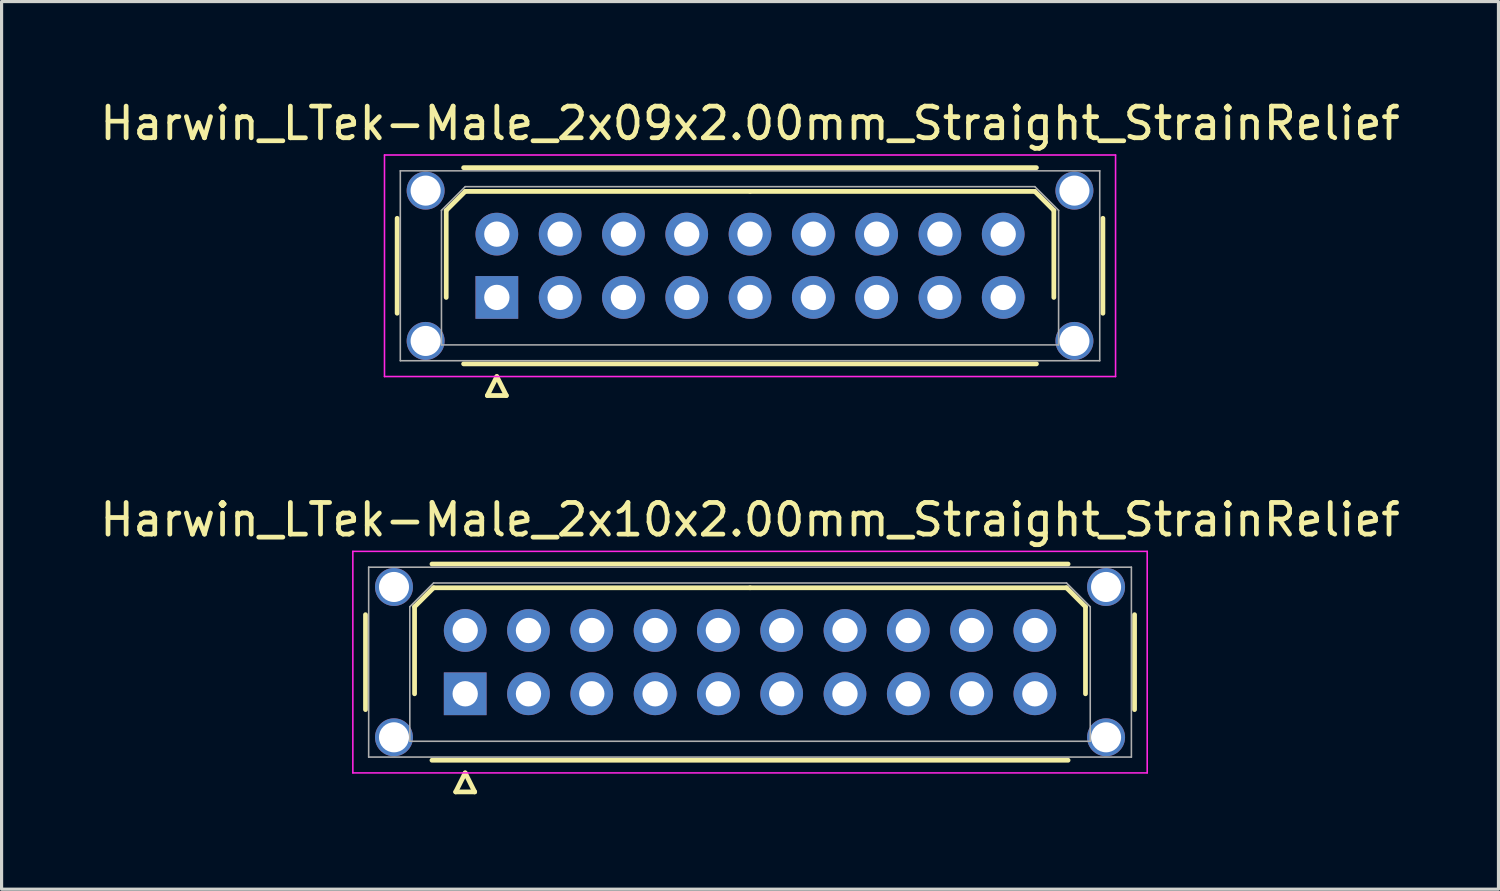
<source format=kicad_pcb>
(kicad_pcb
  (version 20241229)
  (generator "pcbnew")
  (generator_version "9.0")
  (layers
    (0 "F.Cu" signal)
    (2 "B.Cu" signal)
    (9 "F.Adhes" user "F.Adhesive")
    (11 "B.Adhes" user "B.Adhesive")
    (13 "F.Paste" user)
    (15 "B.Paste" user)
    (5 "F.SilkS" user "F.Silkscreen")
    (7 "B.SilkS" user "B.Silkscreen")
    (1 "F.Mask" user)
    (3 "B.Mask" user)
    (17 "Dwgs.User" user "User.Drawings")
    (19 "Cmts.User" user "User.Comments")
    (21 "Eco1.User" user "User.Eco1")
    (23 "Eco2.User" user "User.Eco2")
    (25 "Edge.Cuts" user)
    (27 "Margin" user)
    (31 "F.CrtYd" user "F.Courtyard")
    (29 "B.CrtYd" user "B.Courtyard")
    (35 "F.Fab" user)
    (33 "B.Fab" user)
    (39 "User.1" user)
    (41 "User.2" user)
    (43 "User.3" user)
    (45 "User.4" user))
  (footprint "Harwin_LTek-Male_2x09x2.00mm_Straight_StrainRelief"
    (layer "F.Cu")
    (at 12.649 6.348)
    (property "Reference" "Harwin_LTek-Male_2x09x2.00mm_Straight_StrainRelief" (at 8 -5.5 0) (layer "F.SilkS") (effects (font (size 1 1) (thickness 0.15))))
    (attr through_hole)
    (fp_line (start -3.15 -2.5) (end -3.15 0.5) (stroke (width 0.15) (type solid)) (layer "F.SilkS"))
    (fp_line (start -1.6 -2.75) (end -1 -3.35) (stroke (width 0.15) (type solid)) (layer "F.SilkS"))
    (fp_line (start -1.6 0) (end -1.6 -2.75) (stroke (width 0.15) (type solid)) (layer "F.SilkS"))
    (fp_line (start -1.05 -4.1) (end 17.05 -4.1) (stroke (width 0.15) (type solid)) (layer "F.SilkS"))
    (fp_line (start -1.05 2.1) (end 17.05 2.1) (stroke (width 0.15) (type solid)) (layer "F.SilkS"))
    (fp_line (start -1 -3.35) (end 8 -3.35) (stroke (width 0.15) (type solid)) (layer "F.SilkS"))
    (fp_line (start -0.3 3.1) (end 0.3 3.1) (stroke (width 0.15) (type solid)) (layer "F.SilkS"))
    (fp_line (start 0 2.5) (end -0.3 3.1) (stroke (width 0.15) (type solid)) (layer "F.SilkS"))
    (fp_line (start 0.3 3.1) (end 0 2.5) (stroke (width 0.15) (type solid)) (layer "F.SilkS"))
    (fp_line (start 17 -3.35) (end 8 -3.35) (stroke (width 0.15) (type solid)) (layer "F.SilkS"))
    (fp_line (start 17.6 -2.75) (end 17 -3.35) (stroke (width 0.15) (type solid)) (layer "F.SilkS"))
    (fp_line (start 17.6 0) (end 17.6 -2.75) (stroke (width 0.15) (type solid)) (layer "F.SilkS"))
    (fp_line (start 19.15 -2.5) (end 19.15 0.5) (stroke (width 0.15) (type solid)) (layer "F.SilkS"))
    (fp_line (start -3.55 -4.5) (end -3.55 2.5) (stroke (width 0.05) (type solid)) (layer "F.CrtYd"))
    (fp_line (start -3.55 2.5) (end 19.55 2.5) (stroke (width 0.05) (type solid)) (layer "F.CrtYd"))
    (fp_line (start 19.55 -4.5) (end -3.55 -4.5) (stroke (width 0.05) (type solid)) (layer "F.CrtYd"))
    (fp_line (start 19.55 2.5) (end 19.55 -4.5) (stroke (width 0.05) (type solid)) (layer "F.CrtYd"))
    (fp_line (start -3.05 -4) (end -3.05 2) (stroke (width 0.05) (type solid)) (layer "F.Fab"))
    (fp_line (start -3.05 2) (end 19.05 2) (stroke (width 0.05) (type solid)) (layer "F.Fab"))
    (fp_line (start -1.75 -2.75) (end -1 -3.5) (stroke (width 0.05) (type solid)) (layer "F.Fab"))
    (fp_line (start -1.75 1.5) (end -1.75 -2.75) (stroke (width 0.05) (type solid)) (layer "F.Fab"))
    (fp_line (start -1 -3.5) (end 17 -3.5) (stroke (width 0.05) (type solid)) (layer "F.Fab"))
    (fp_line (start 17 -3.5) (end 17.75 -2.75) (stroke (width 0.05) (type solid)) (layer "F.Fab"))
    (fp_line (start 17.75 -2.75) (end 17.75 1.5) (stroke (width 0.05) (type solid)) (layer "F.Fab"))
    (fp_line (start 17.75 1.5) (end -1.75 1.5) (stroke (width 0.05) (type solid)) (layer "F.Fab"))
    (fp_line (start 19.05 -4) (end -3.05 -4) (stroke (width 0.05) (type solid)) (layer "F.Fab"))
    (fp_line (start 19.05 2) (end 19.05 -4) (stroke (width 0.05) (type solid)) (layer "F.Fab"))
    (pad "" thru_hole circle (at -2.25 -3.375) (size 1.2 1.2) (drill 0.95) (layers "*.Cu" "*.Mask"))
    (pad "" thru_hole circle (at -2.25 1.375) (size 1.2 1.2) (drill 0.95) (layers "*.Cu" "*.Mask"))
    (pad "" thru_hole circle (at 18.25 -3.375) (size 1.2 1.2) (drill 0.95) (layers "*.Cu" "*.Mask"))
    (pad "" thru_hole circle (at 18.25 1.375) (size 1.2 1.2) (drill 0.95) (layers "*.Cu" "*.Mask"))
    (pad "1" thru_hole rect (at 0 0) (size 1.35 1.35) (drill 0.8) (layers "*.Cu" "*.Mask"))
    (pad "2" thru_hole circle (at 0 -2) (size 1.35 1.35) (drill 0.8) (layers "*.Cu" "*.Mask"))
    (pad "3" thru_hole circle (at 2 0) (size 1.35 1.35) (drill 0.8) (layers "*.Cu" "*.Mask"))
    (pad "4" thru_hole circle (at 2 -2) (size 1.35 1.35) (drill 0.8) (layers "*.Cu" "*.Mask"))
    (pad "5" thru_hole circle (at 4 0) (size 1.35 1.35) (drill 0.8) (layers "*.Cu" "*.Mask"))
    (pad "6" thru_hole circle (at 4 -2) (size 1.35 1.35) (drill 0.8) (layers "*.Cu" "*.Mask"))
    (pad "7" thru_hole circle (at 6 0) (size 1.35 1.35) (drill 0.8) (layers "*.Cu" "*.Mask"))
    (pad "8" thru_hole circle (at 6 -2) (size 1.35 1.35) (drill 0.8) (layers "*.Cu" "*.Mask"))
    (pad "9" thru_hole circle (at 8 0) (size 1.35 1.35) (drill 0.8) (layers "*.Cu" "*.Mask"))
    (pad "10" thru_hole circle (at 8 -2) (size 1.35 1.35) (drill 0.8) (layers "*.Cu" "*.Mask"))
    (pad "11" thru_hole circle (at 10 0) (size 1.35 1.35) (drill 0.8) (layers "*.Cu" "*.Mask"))
    (pad "12" thru_hole circle (at 10 -2) (size 1.35 1.35) (drill 0.8) (layers "*.Cu" "*.Mask"))
    (pad "13" thru_hole circle (at 12 0) (size 1.35 1.35) (drill 0.8) (layers "*.Cu" "*.Mask"))
    (pad "14" thru_hole circle (at 12 -2) (size 1.35 1.35) (drill 0.8) (layers "*.Cu" "*.Mask"))
    (pad "15" thru_hole circle (at 14 0) (size 1.35 1.35) (drill 0.8) (layers "*.Cu" "*.Mask"))
    (pad "16" thru_hole circle (at 14 -2) (size 1.35 1.35) (drill 0.8) (layers "*.Cu" "*.Mask"))
    (pad "17" thru_hole circle (at 16 0) (size 1.35 1.35) (drill 0.8) (layers "*.Cu" "*.Mask"))
    (pad "18" thru_hole circle (at 16 -2) (size 1.35 1.35) (drill 0.8) (layers "*.Cu" "*.Mask")))
  (footprint "Harwin_LTek-Male_2x10x2.00mm_Straight_StrainRelief"
    (layer "F.Cu")
    (at 11.649 18.872)
    (property "Reference" "Harwin_LTek-Male_2x10x2.00mm_Straight_StrainRelief" (at 9 -5.5 0) (layer "F.SilkS") (effects (font (size 1 1) (thickness 0.15))))
    (attr through_hole)
    (fp_line (start -3.15 -2.5) (end -3.15 0.5) (stroke (width 0.15) (type solid)) (layer "F.SilkS"))
    (fp_line (start -1.6 -2.75) (end -1 -3.35) (stroke (width 0.15) (type solid)) (layer "F.SilkS"))
    (fp_line (start -1.6 0) (end -1.6 -2.75) (stroke (width 0.15) (type solid)) (layer "F.SilkS"))
    (fp_line (start -1.05 -4.1) (end 19.05 -4.1) (stroke (width 0.15) (type solid)) (layer "F.SilkS"))
    (fp_line (start -1.05 2.1) (end 19.05 2.1) (stroke (width 0.15) (type solid)) (layer "F.SilkS"))
    (fp_line (start -1 -3.35) (end 9 -3.35) (stroke (width 0.15) (type solid)) (layer "F.SilkS"))
    (fp_line (start -0.3 3.1) (end 0.3 3.1) (stroke (width 0.15) (type solid)) (layer "F.SilkS"))
    (fp_line (start 0 2.5) (end -0.3 3.1) (stroke (width 0.15) (type solid)) (layer "F.SilkS"))
    (fp_line (start 0.3 3.1) (end 0 2.5) (stroke (width 0.15) (type solid)) (layer "F.SilkS"))
    (fp_line (start 19 -3.35) (end 9 -3.35) (stroke (width 0.15) (type solid)) (layer "F.SilkS"))
    (fp_line (start 19.6 -2.75) (end 19 -3.35) (stroke (width 0.15) (type solid)) (layer "F.SilkS"))
    (fp_line (start 19.6 0) (end 19.6 -2.75) (stroke (width 0.15) (type solid)) (layer "F.SilkS"))
    (fp_line (start 21.15 -2.5) (end 21.15 0.5) (stroke (width 0.15) (type solid)) (layer "F.SilkS"))
    (fp_line (start -3.55 -4.5) (end -3.55 2.5) (stroke (width 0.05) (type solid)) (layer "F.CrtYd"))
    (fp_line (start -3.55 2.5) (end 21.55 2.5) (stroke (width 0.05) (type solid)) (layer "F.CrtYd"))
    (fp_line (start 21.55 -4.5) (end -3.55 -4.5) (stroke (width 0.05) (type solid)) (layer "F.CrtYd"))
    (fp_line (start 21.55 2.5) (end 21.55 -4.5) (stroke (width 0.05) (type solid)) (layer "F.CrtYd"))
    (fp_line (start -3.05 -4) (end -3.05 2) (stroke (width 0.05) (type solid)) (layer "F.Fab"))
    (fp_line (start -3.05 2) (end 21.05 2) (stroke (width 0.05) (type solid)) (layer "F.Fab"))
    (fp_line (start -1.75 -2.75) (end -1 -3.5) (stroke (width 0.05) (type solid)) (layer "F.Fab"))
    (fp_line (start -1.75 1.5) (end -1.75 -2.75) (stroke (width 0.05) (type solid)) (layer "F.Fab"))
    (fp_line (start -1 -3.5) (end 19 -3.5) (stroke (width 0.05) (type solid)) (layer "F.Fab"))
    (fp_line (start 19 -3.5) (end 19.75 -2.75) (stroke (width 0.05) (type solid)) (layer "F.Fab"))
    (fp_line (start 19.75 -2.75) (end 19.75 1.5) (stroke (width 0.05) (type solid)) (layer "F.Fab"))
    (fp_line (start 19.75 1.5) (end -1.75 1.5) (stroke (width 0.05) (type solid)) (layer "F.Fab"))
    (fp_line (start 21.05 -4) (end -3.05 -4) (stroke (width 0.05) (type solid)) (layer "F.Fab"))
    (fp_line (start 21.05 2) (end 21.05 -4) (stroke (width 0.05) (type solid)) (layer "F.Fab"))
    (pad "" thru_hole circle (at -2.25 -3.375) (size 1.2 1.2) (drill 0.95) (layers "*.Cu" "*.Mask"))
    (pad "" thru_hole circle (at -2.25 1.375) (size 1.2 1.2) (drill 0.95) (layers "*.Cu" "*.Mask"))
    (pad "" thru_hole circle (at 20.25 -3.375) (size 1.2 1.2) (drill 0.95) (layers "*.Cu" "*.Mask"))
    (pad "" thru_hole circle (at 20.25 1.375) (size 1.2 1.2) (drill 0.95) (layers "*.Cu" "*.Mask"))
    (pad "1" thru_hole rect (at 0 0) (size 1.35 1.35) (drill 0.8) (layers "*.Cu" "*.Mask"))
    (pad "2" thru_hole circle (at 0 -2) (size 1.35 1.35) (drill 0.8) (layers "*.Cu" "*.Mask"))
    (pad "3" thru_hole circle (at 2 0) (size 1.35 1.35) (drill 0.8) (layers "*.Cu" "*.Mask"))
    (pad "4" thru_hole circle (at 2 -2) (size 1.35 1.35) (drill 0.8) (layers "*.Cu" "*.Mask"))
    (pad "5" thru_hole circle (at 4 0) (size 1.35 1.35) (drill 0.8) (layers "*.Cu" "*.Mask"))
    (pad "6" thru_hole circle (at 4 -2) (size 1.35 1.35) (drill 0.8) (layers "*.Cu" "*.Mask"))
    (pad "7" thru_hole circle (at 6 0) (size 1.35 1.35) (drill 0.8) (layers "*.Cu" "*.Mask"))
    (pad "8" thru_hole circle (at 6 -2) (size 1.35 1.35) (drill 0.8) (layers "*.Cu" "*.Mask"))
    (pad "9" thru_hole circle (at 8 0) (size 1.35 1.35) (drill 0.8) (layers "*.Cu" "*.Mask"))
    (pad "10" thru_hole circle (at 8 -2) (size 1.35 1.35) (drill 0.8) (layers "*.Cu" "*.Mask"))
    (pad "11" thru_hole circle (at 10 0) (size 1.35 1.35) (drill 0.8) (layers "*.Cu" "*.Mask"))
    (pad "12" thru_hole circle (at 10 -2) (size 1.35 1.35) (drill 0.8) (layers "*.Cu" "*.Mask"))
    (pad "13" thru_hole circle (at 12 0) (size 1.35 1.35) (drill 0.8) (layers "*.Cu" "*.Mask"))
    (pad "14" thru_hole circle (at 12 -2) (size 1.35 1.35) (drill 0.8) (layers "*.Cu" "*.Mask"))
    (pad "15" thru_hole circle (at 14 0) (size 1.35 1.35) (drill 0.8) (layers "*.Cu" "*.Mask"))
    (pad "16" thru_hole circle (at 14 -2) (size 1.35 1.35) (drill 0.8) (layers "*.Cu" "*.Mask"))
    (pad "17" thru_hole circle (at 16 0) (size 1.35 1.35) (drill 0.8) (layers "*.Cu" "*.Mask"))
    (pad "18" thru_hole circle (at 16 -2) (size 1.35 1.35) (drill 0.8) (layers "*.Cu" "*.Mask"))
    (pad "19" thru_hole circle (at 18 0) (size 1.35 1.35) (drill 0.8) (layers "*.Cu" "*.Mask"))
    (pad "20" thru_hole circle (at 18 -2) (size 1.35 1.35) (drill 0.8) (layers "*.Cu" "*.Mask")))
  (gr_rect
    (start -3 -3)
    (end 44.298 25.047)
    (stroke (width 0.1) (type default))
    (fill no)
    (layer "Edge.Cuts")))
</source>
